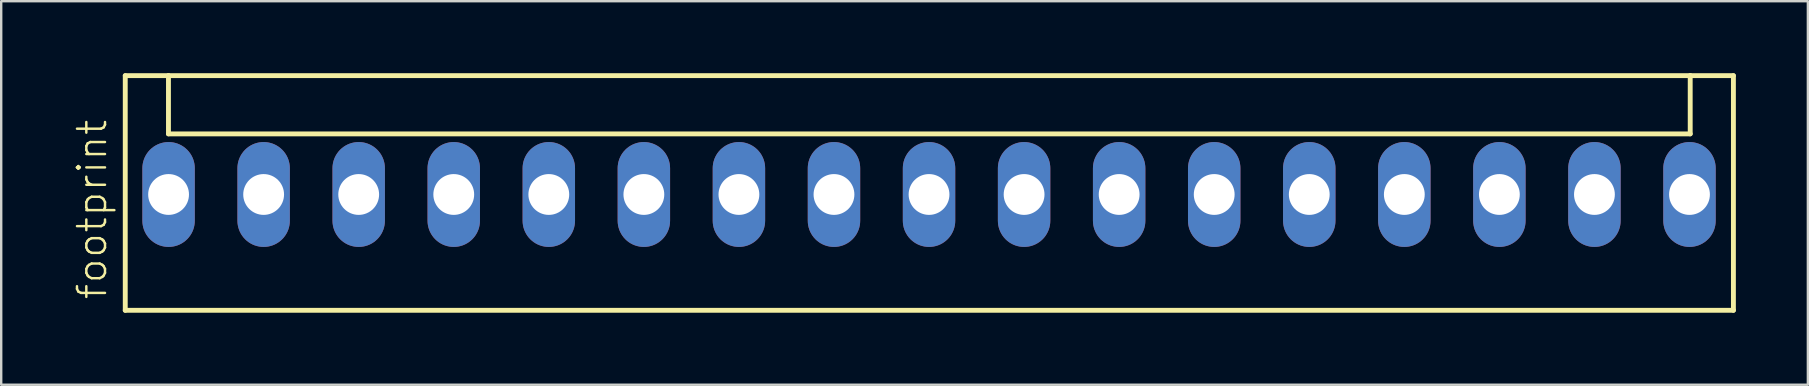
<source format=kicad_pcb>
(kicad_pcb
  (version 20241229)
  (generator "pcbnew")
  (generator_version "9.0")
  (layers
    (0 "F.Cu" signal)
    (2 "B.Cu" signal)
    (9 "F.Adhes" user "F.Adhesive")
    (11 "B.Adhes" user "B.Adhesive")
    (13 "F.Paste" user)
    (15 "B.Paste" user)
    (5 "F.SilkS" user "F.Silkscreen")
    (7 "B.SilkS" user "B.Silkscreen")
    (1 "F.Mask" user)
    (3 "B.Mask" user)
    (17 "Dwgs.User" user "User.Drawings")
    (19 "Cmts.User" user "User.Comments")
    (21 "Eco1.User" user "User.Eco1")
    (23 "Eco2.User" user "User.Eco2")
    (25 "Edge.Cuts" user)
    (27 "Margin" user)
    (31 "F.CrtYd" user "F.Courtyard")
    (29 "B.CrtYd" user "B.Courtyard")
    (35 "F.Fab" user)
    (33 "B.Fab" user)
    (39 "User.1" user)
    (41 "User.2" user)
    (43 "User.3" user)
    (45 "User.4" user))
  (footprint "footprint"
    (layer "F.Cu")
    (at 35.653 5.052)
    (property "Reference" "footprint" (at -34.18 4.445 90) (layer "F.SilkS") (effects (font (size 1.168 1.168) (thickness 0.102)) (justify left bottom)))
    (fp_line (start -33.485 -4.95) (end -33.485 4.825) (stroke (width 0.203) (type solid)) (layer "F.SilkS"))
    (fp_line (start -33.485 4.825) (end 33.51 4.825) (stroke (width 0.203) (type solid)) (layer "F.SilkS"))
    (fp_line (start -31.685 -4.95) (end -33.485 -4.95) (stroke (width 0.203) (type solid)) (layer "F.SilkS"))
    (fp_line (start -31.685 -2.525) (end -31.685 -4.95) (stroke (width 0.203) (type solid)) (layer "F.SilkS"))
    (fp_line (start -31.685 -2.525) (end 31.71 -2.525) (stroke (width 0.203) (type solid)) (layer "F.SilkS"))
    (fp_line (start 31.71 -4.95) (end -31.685 -4.95) (stroke (width 0.203) (type solid)) (layer "F.SilkS"))
    (fp_line (start 31.71 -2.525) (end 31.71 -4.95) (stroke (width 0.203) (type solid)) (layer "F.SilkS"))
    (fp_line (start 33.51 -4.95) (end 31.71 -4.95) (stroke (width 0.203) (type solid)) (layer "F.SilkS"))
    (fp_line (start 33.51 4.825) (end 33.51 -4.95) (stroke (width 0.203) (type solid)) (layer "F.SilkS"))
    (pad "1" thru_hole oval (at -31.68 0 90) (size 4.369 2.184) (drill 1.7) (layers "*.Cu" "*.Mask"))
    (pad "2" thru_hole oval (at -27.72 0 90) (size 4.369 2.184) (drill 1.7) (layers "*.Cu" "*.Mask"))
    (pad "3" thru_hole oval (at -23.76 0 90) (size 4.369 2.184) (drill 1.7) (layers "*.Cu" "*.Mask"))
    (pad "4" thru_hole oval (at -19.8 0 90) (size 4.369 2.184) (drill 1.7) (layers "*.Cu" "*.Mask"))
    (pad "5" thru_hole oval (at -15.84 0 90) (size 4.369 2.184) (drill 1.7) (layers "*.Cu" "*.Mask"))
    (pad "6" thru_hole oval (at -11.88 0 90) (size 4.369 2.184) (drill 1.7) (layers "*.Cu" "*.Mask"))
    (pad "7" thru_hole oval (at -7.92 0 90) (size 4.369 2.184) (drill 1.7) (layers "*.Cu" "*.Mask"))
    (pad "8" thru_hole oval (at -3.96 0 90) (size 4.369 2.184) (drill 1.7) (layers "*.Cu" "*.Mask"))
    (pad "9" thru_hole oval (at 0 0 90) (size 4.369 2.184) (drill 1.7) (layers "*.Cu" "*.Mask"))
    (pad "10" thru_hole oval (at 3.96 0 90) (size 4.369 2.184) (drill 1.7) (layers "*.Cu" "*.Mask"))
    (pad "11" thru_hole oval (at 7.92 0 90) (size 4.369 2.184) (drill 1.7) (layers "*.Cu" "*.Mask"))
    (pad "12" thru_hole oval (at 11.88 0 90) (size 4.369 2.184) (drill 1.7) (layers "*.Cu" "*.Mask"))
    (pad "13" thru_hole oval (at 15.84 0 90) (size 4.369 2.184) (drill 1.7) (layers "*.Cu" "*.Mask"))
    (pad "14" thru_hole oval (at 19.8 0 90) (size 4.369 2.184) (drill 1.7) (layers "*.Cu" "*.Mask"))
    (pad "15" thru_hole oval (at 23.76 0 90) (size 4.369 2.184) (drill 1.7) (layers "*.Cu" "*.Mask"))
    (pad "16" thru_hole oval (at 27.72 0 90) (size 4.369 2.184) (drill 1.7) (layers "*.Cu" "*.Mask"))
    (pad "17" thru_hole oval (at 31.68 0 90) (size 4.369 2.184) (drill 1.7) (layers "*.Cu" "*.Mask")))
  (gr_rect
    (start -3 -3)
    (end 72.265 12.978)
    (stroke (width 0.1) (type default))
    (fill no)
    (layer "Edge.Cuts")))
</source>
